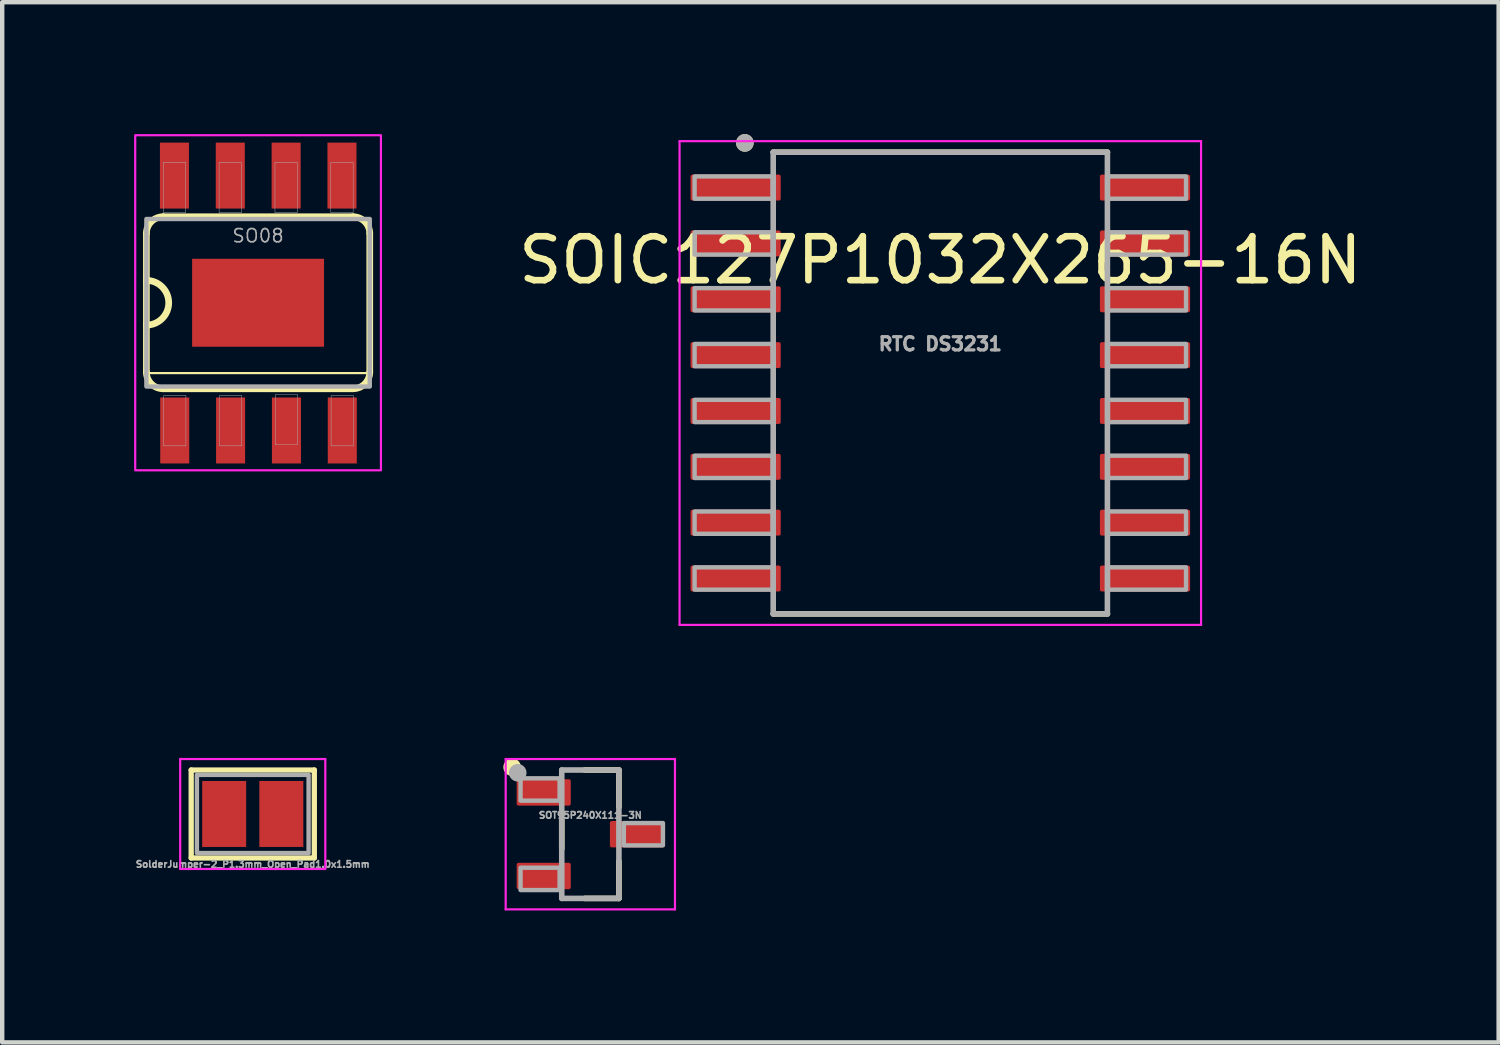
<source format=kicad_pcb>
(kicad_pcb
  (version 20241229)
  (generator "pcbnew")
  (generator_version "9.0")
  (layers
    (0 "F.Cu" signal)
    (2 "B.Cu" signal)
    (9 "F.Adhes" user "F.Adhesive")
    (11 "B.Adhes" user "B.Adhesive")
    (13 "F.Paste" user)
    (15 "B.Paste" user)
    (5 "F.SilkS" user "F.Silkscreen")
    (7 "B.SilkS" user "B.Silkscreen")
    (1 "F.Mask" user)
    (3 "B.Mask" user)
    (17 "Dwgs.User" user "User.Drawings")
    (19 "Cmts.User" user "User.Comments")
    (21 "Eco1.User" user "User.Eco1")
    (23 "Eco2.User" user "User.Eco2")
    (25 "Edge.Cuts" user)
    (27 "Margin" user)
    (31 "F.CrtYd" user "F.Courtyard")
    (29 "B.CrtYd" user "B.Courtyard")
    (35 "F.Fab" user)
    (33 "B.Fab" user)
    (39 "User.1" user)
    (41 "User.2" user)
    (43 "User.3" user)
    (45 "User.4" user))
  (footprint "SolderJumper-2_P1.3mm_Open_Pad1.0x1.5mm"
    (layer "F.Cu")
    (at 2.698 15.461)
    (property "Reference" "SolderJumper-2_P1.3mm_Open_Pad1.0x1.5mm" (at 0 1.143 0) (layer "F.Fab") (effects (font (size 0.15 0.15) (thickness 0.037))))
    (attr exclude_from_pos_files exclude_from_bom)
    (fp_line (start -1.4 -1) (end 1.4 -1) (stroke (width 0.12) (type solid)) (layer "F.SilkS"))
    (fp_line (start -1.4 1) (end -1.4 -1) (stroke (width 0.12) (type solid)) (layer "F.SilkS"))
    (fp_line (start 1.4 -1) (end 1.4 1) (stroke (width 0.12) (type solid)) (layer "F.SilkS"))
    (fp_line (start 1.4 1) (end -1.4 1) (stroke (width 0.12) (type solid)) (layer "F.SilkS"))
    (fp_line (start -1.65 -1.25) (end -1.65 1.25) (stroke (width 0.05) (type solid)) (layer "F.CrtYd"))
    (fp_line (start -1.65 -1.25) (end 1.65 -1.25) (stroke (width 0.05) (type solid)) (layer "F.CrtYd"))
    (fp_line (start 1.65 1.25) (end -1.65 1.25) (stroke (width 0.05) (type solid)) (layer "F.CrtYd"))
    (fp_line (start 1.65 1.25) (end 1.65 -1.25) (stroke (width 0.05) (type solid)) (layer "F.CrtYd"))
    (fp_rect (start -1.27 -0.889) (end 1.27 0.889) (stroke (width 0.1) (type default)) (fill no) (layer "F.Fab"))
    (pad "1" smd rect (at -0.65 0) (size 1 1.5) (layers "F.Cu" "F.Mask"))
    (pad "2" smd rect (at 0.65 0) (size 1 1.5) (layers "F.Cu" "F.Mask")))
  (footprint "SOIC127P1032X265-16N"
    (layer "F.Cu")
    (at 18.334 5.661)
    (property "Reference" "SOIC127P1032X265-16N" (at 0 -2.794 0) (layer "F.SilkS") (effects (font (size 1 1) (thickness 0.15))))
    (attr smd)
    (fp_line (start -3.8 -5.25) (end 3.8 -5.25) (stroke (width 0.127) (type solid)) (layer "F.SilkS"))
    (fp_line (start -3.8 5.25) (end 3.8 5.25) (stroke (width 0.127) (type solid)) (layer "F.SilkS"))
    (fp_circle (center -4.445 -5.461) (end -4.345 -5.461) (stroke (width 0.2) (type solid)) (fill no) (layer "F.SilkS"))
    (fp_line (start -5.93 -5.5) (end -5.93 5.5) (stroke (width 0.05) (type solid)) (layer "F.CrtYd"))
    (fp_line (start -5.93 -5.5) (end 5.93 -5.5) (stroke (width 0.05) (type solid)) (layer "F.CrtYd"))
    (fp_line (start -5.93 5.5) (end 5.93 5.5) (stroke (width 0.05) (type solid)) (layer "F.CrtYd"))
    (fp_line (start 5.93 -5.5) (end 5.93 5.5) (stroke (width 0.05) (type solid)) (layer "F.CrtYd"))
    (fp_line (start -3.8 -5.25) (end -3.8 5.25) (stroke (width 0.127) (type solid)) (layer "F.Fab"))
    (fp_line (start -3.8 -5.25) (end 3.8 -5.25) (stroke (width 0.127) (type solid)) (layer "F.Fab"))
    (fp_line (start -3.8 5.25) (end 3.8 5.25) (stroke (width 0.127) (type solid)) (layer "F.Fab"))
    (fp_line (start 3.8 -5.25) (end 3.8 5.25) (stroke (width 0.127) (type solid)) (layer "F.Fab"))
    (fp_rect (start -5.588 -4.699) (end -3.81 -4.191) (stroke (width 0.1) (type default)) (fill no) (layer "F.Fab"))
    (fp_rect (start -5.588 -3.429) (end -3.81 -2.921) (stroke (width 0.1) (type default)) (fill no) (layer "F.Fab"))
    (fp_rect (start -5.588 -2.159) (end -3.81 -1.651) (stroke (width 0.1) (type default)) (fill no) (layer "F.Fab"))
    (fp_rect (start -5.588 -0.889) (end -3.81 -0.381) (stroke (width 0.1) (type default)) (fill no) (layer "F.Fab"))
    (fp_rect (start -5.588 0.381) (end -3.81 0.889) (stroke (width 0.1) (type default)) (fill no) (layer "F.Fab"))
    (fp_rect (start -5.588 1.651) (end -3.81 2.159) (stroke (width 0.1) (type default)) (fill no) (layer "F.Fab"))
    (fp_rect (start -5.588 2.921) (end -3.81 3.429) (stroke (width 0.1) (type default)) (fill no) (layer "F.Fab"))
    (fp_rect (start -5.588 4.191) (end -3.81 4.699) (stroke (width 0.1) (type default)) (fill no) (layer "F.Fab"))
    (fp_rect (start 3.81 -4.699) (end 5.588 -4.191) (stroke (width 0.1) (type default)) (fill no) (layer "F.Fab"))
    (fp_rect (start 3.81 -3.429) (end 5.588 -2.921) (stroke (width 0.1) (type default)) (fill no) (layer "F.Fab"))
    (fp_rect (start 3.81 -2.159) (end 5.588 -1.651) (stroke (width 0.1) (type default)) (fill no) (layer "F.Fab"))
    (fp_rect (start 3.81 -0.889) (end 5.588 -0.381) (stroke (width 0.1) (type default)) (fill no) (layer "F.Fab"))
    (fp_rect (start 3.81 0.381) (end 5.588 0.889) (stroke (width 0.1) (type default)) (fill no) (layer "F.Fab"))
    (fp_rect (start 3.81 1.651) (end 5.588 2.159) (stroke (width 0.1) (type default)) (fill no) (layer "F.Fab"))
    (fp_rect (start 3.81 2.921) (end 5.588 3.429) (stroke (width 0.1) (type default)) (fill no) (layer "F.Fab"))
    (fp_rect (start 3.81 4.191) (end 5.588 4.699) (stroke (width 0.1) (type default)) (fill no) (layer "F.Fab"))
    (fp_circle (center -4.445 -5.461) (end -4.345 -5.461) (stroke (width 0.2) (type solid)) (fill no) (layer "F.Fab"))
    (fp_text user "RTC DS3231" (at 0 -0.889 0) (layer "F.Fab") (effects (font (size 0.3 0.3) (thickness 0.075))))
    (pad "1" smd roundrect (at -4.655 -4.445) (size 2.05 0.59) (layers "F.Cu" "F.Mask" "F.Paste") (roundrect_rratio 0.07))
    (pad "2" smd roundrect (at -4.655 -3.175) (size 2.05 0.59) (layers "F.Cu" "F.Mask" "F.Paste") (roundrect_rratio 0.07))
    (pad "3" smd roundrect (at -4.655 -1.905) (size 2.05 0.59) (layers "F.Cu" "F.Mask" "F.Paste") (roundrect_rratio 0.07))
    (pad "4" smd roundrect (at -4.655 -0.635) (size 2.05 0.59) (layers "F.Cu" "F.Mask" "F.Paste") (roundrect_rratio 0.07))
    (pad "5" smd roundrect (at -4.655 0.635) (size 2.05 0.59) (layers "F.Cu" "F.Mask" "F.Paste") (roundrect_rratio 0.07))
    (pad "6" smd roundrect (at -4.655 1.905) (size 2.05 0.59) (layers "F.Cu" "F.Mask" "F.Paste") (roundrect_rratio 0.07))
    (pad "7" smd roundrect (at -4.655 3.175) (size 2.05 0.59) (layers "F.Cu" "F.Mask" "F.Paste") (roundrect_rratio 0.07))
    (pad "8" smd roundrect (at -4.655 4.445) (size 2.05 0.59) (layers "F.Cu" "F.Mask" "F.Paste") (roundrect_rratio 0.07))
    (pad "9" smd roundrect (at 4.655 4.445) (size 2.05 0.59) (layers "F.Cu" "F.Mask" "F.Paste") (roundrect_rratio 0.07))
    (pad "10" smd roundrect (at 4.655 3.175) (size 2.05 0.59) (layers "F.Cu" "F.Mask" "F.Paste") (roundrect_rratio 0.07))
    (pad "11" smd roundrect (at 4.655 1.905) (size 2.05 0.59) (layers "F.Cu" "F.Mask" "F.Paste") (roundrect_rratio 0.07))
    (pad "12" smd roundrect (at 4.655 0.635) (size 2.05 0.59) (layers "F.Cu" "F.Mask" "F.Paste") (roundrect_rratio 0.07))
    (pad "13" smd roundrect (at 4.655 -0.635) (size 2.05 0.59) (layers "F.Cu" "F.Mask" "F.Paste") (roundrect_rratio 0.07))
    (pad "14" smd roundrect (at 4.655 -1.905) (size 2.05 0.59) (layers "F.Cu" "F.Mask" "F.Paste") (roundrect_rratio 0.07))
    (pad "15" smd roundrect (at 4.655 -3.175) (size 2.05 0.59) (layers "F.Cu" "F.Mask" "F.Paste") (roundrect_rratio 0.07))
    (pad "16" smd roundrect (at 4.655 -4.445) (size 2.05 0.59) (layers "F.Cu" "F.Mask" "F.Paste") (roundrect_rratio 0.07)))
  (footprint "SO08"
    (layer "F.Cu")
    (at 2.819 3.835)
    (property "Reference" "SO08" (at 0 -1.524 180) (layer "F.Fab") (effects (font (size 0.3 0.3) (thickness 0.037))))
    (attr smd)
    (fp_line (start -2.54 -1.575) (end -2.54 -0.508) (stroke (width 0.152) (type solid)) (layer "F.SilkS"))
    (fp_line (start -2.54 -0.508) (end -2.54 0.508) (stroke (width 0.152) (type solid)) (layer "F.SilkS"))
    (fp_line (start -2.54 0.508) (end -2.54 1.575) (stroke (width 0.152) (type solid)) (layer "F.SilkS"))
    (fp_line (start -2.54 1.6) (end 2.54 1.6) (stroke (width 0.051) (type solid)) (layer "F.SilkS"))
    (fp_line (start -2.159 1.956) (end 2.159 1.956) (stroke (width 0.152) (type solid)) (layer "F.SilkS"))
    (fp_line (start 2.159 -1.956) (end -2.159 -1.956) (stroke (width 0.152) (type solid)) (layer "F.SilkS"))
    (fp_line (start 2.54 1.575) (end 2.54 -1.575) (stroke (width 0.152) (type solid)) (layer "F.SilkS"))
    (fp_arc (start -2.54 -1.5748) (mid -2.428408 -1.844208) (end -2.159 -1.9558) (stroke (width 0.1524) (type solid)) (layer "F.SilkS"))
    (fp_arc (start -2.54 -0.508) (mid -2.032 0) (end -2.54 0.508) (stroke (width 0.1524) (type solid)) (layer "F.SilkS"))
    (fp_arc (start -2.159 1.9558) (mid -2.428408 1.844208) (end -2.54 1.5748) (stroke (width 0.1524) (type solid)) (layer "F.SilkS"))
    (fp_arc (start 2.159 -1.9558) (mid 2.428408 -1.844208) (end 2.54 -1.5748) (stroke (width 0.1524) (type solid)) (layer "F.SilkS"))
    (fp_arc (start 2.54 1.5748) (mid 2.428408 1.844208) (end 2.159 1.9558) (stroke (width 0.1524) (type solid)) (layer "F.SilkS"))
    (fp_rect (start -2.794 -3.81) (end 2.794 3.81) (stroke (width 0.05) (type default)) (fill no) (layer "F.CrtYd"))
    (fp_rect (start -2.54 -1.905) (end 2.54 1.905) (stroke (width 0.1) (type default)) (fill no) (layer "F.Fab"))
    (fp_poly (pts (xy -2.156 -3.191) (xy -1.648 -3.191) (xy -1.648 -2.048) (xy -2.156 -2.048)) (stroke (width 0.01) (type solid)) (fill no) (layer "F.Fab"))
    (fp_poly (pts (xy -2.149 2.111) (xy -1.641 2.111) (xy -1.641 3.254) (xy -2.149 3.254)) (stroke (width 0.01) (type solid)) (fill no) (layer "F.Fab"))
    (fp_poly (pts (xy -0.886 -3.191) (xy -0.378 -3.191) (xy -0.378 -2.048) (xy -0.886 -2.048)) (stroke (width 0.01) (type solid)) (fill no) (layer "F.Fab"))
    (fp_poly (pts (xy -0.879 2.111) (xy -0.371 2.111) (xy -0.371 3.254) (xy -0.879 3.254)) (stroke (width 0.01) (type solid)) (fill no) (layer "F.Fab"))
    (fp_poly (pts (xy 0.384 -3.191) (xy 0.892 -3.191) (xy 0.892 -2.048) (xy 0.384 -2.048)) (stroke (width 0.01) (type solid)) (fill no) (layer "F.Fab"))
    (fp_poly (pts (xy 0.391 2.086) (xy 0.899 2.086) (xy 0.899 3.229) (xy 0.391 3.229)) (stroke (width 0.01) (type solid)) (fill no) (layer "F.Fab"))
    (fp_poly (pts (xy 1.654 -3.191) (xy 2.162 -3.191) (xy 2.162 -2.048) (xy 1.654 -2.048)) (stroke (width 0.01) (type solid)) (fill no) (layer "F.Fab"))
    (fp_poly (pts (xy 1.661 2.111) (xy 2.169 2.111) (xy 2.169 3.254) (xy 1.661 3.254)) (stroke (width 0.01) (type solid)) (fill no) (layer "F.Fab"))
    (pad "1" smd rect (at -1.895 2.905) (size 0.66 1.5) (layers "F.Cu" "F.Mask" "F.Paste"))
    (pad "2" smd rect (at -0.625 2.905) (size 0.66 1.5) (layers "F.Cu" "F.Mask" "F.Paste"))
    (pad "3" smd rect (at 0.645 2.905) (size 0.66 1.5) (layers "F.Cu" "F.Mask" "F.Paste"))
    (pad "4" smd rect (at 1.915 2.905) (size 0.66 1.5) (layers "F.Cu" "F.Mask" "F.Paste"))
    (pad "5" smd rect (at 1.908 -2.892) (size 0.66 1.5) (layers "F.Cu" "F.Mask" "F.Paste"))
    (pad "6" smd rect (at 0.638 -2.892) (size 0.66 1.5) (layers "F.Cu" "F.Mask" "F.Paste"))
    (pad "7" smd rect (at -0.632 -2.892) (size 0.66 1.5) (layers "F.Cu" "F.Mask" "F.Paste"))
    (pad "8" smd rect (at -1.902 -2.892) (size 0.66 1.5) (layers "F.Cu" "F.Mask" "F.Paste"))
    (pad "9" smd rect (at 0 0) (size 3 2) (layers "F.Cu" "F.Mask" "F.Paste")))
  (footprint "SOT95P240X111-3N"
    (layer "F.Cu")
    (at 10.375 15.921)
    (property "Reference" "SOT95P240X111-3N" (at 0 -0.432 0) (layer "F.Fab") (effects (font (size 0.15 0.15) (thickness 0.037))))
    (attr smd)
    (fp_line (start -0.65 -0.33) (end -0.65 0.33) (stroke (width 0.127) (type solid)) (layer "F.SilkS"))
    (fp_line (start 0.65 -1.46) (end -0.125 -1.46) (stroke (width 0.127) (type solid)) (layer "F.SilkS"))
    (fp_line (start 0.65 -0.62) (end 0.65 -1.46) (stroke (width 0.127) (type solid)) (layer "F.SilkS"))
    (fp_line (start 0.65 0.62) (end 0.65 1.46) (stroke (width 0.127) (type solid)) (layer "F.SilkS"))
    (fp_line (start 0.65 1.46) (end -0.125 1.46) (stroke (width 0.127) (type solid)) (layer "F.SilkS"))
    (fp_circle (center -1.778 -1.524) (end -1.678 -1.524) (stroke (width 0.2) (type solid)) (fill no) (layer "F.SilkS"))
    (fp_line (start -1.925 -1.71) (end 1.925 -1.71) (stroke (width 0.05) (type solid)) (layer "F.CrtYd"))
    (fp_line (start -1.925 1.71) (end -1.925 -1.71) (stroke (width 0.05) (type solid)) (layer "F.CrtYd"))
    (fp_line (start 1.925 -1.71) (end 1.925 1.71) (stroke (width 0.05) (type solid)) (layer "F.CrtYd"))
    (fp_line (start 1.925 1.71) (end -1.925 1.71) (stroke (width 0.05) (type solid)) (layer "F.CrtYd"))
    (fp_line (start -0.65 -1.46) (end -0.65 1.46) (stroke (width 0.127) (type solid)) (layer "F.Fab"))
    (fp_line (start -0.65 1.46) (end 0.65 1.46) (stroke (width 0.127) (type solid)) (layer "F.Fab"))
    (fp_line (start 0.65 -1.46) (end -0.65 -1.46) (stroke (width 0.127) (type solid)) (layer "F.Fab"))
    (fp_line (start 0.65 1.46) (end 0.65 -1.46) (stroke (width 0.127) (type solid)) (layer "F.Fab"))
    (fp_rect (start -1.587 -1.27) (end -0.699 -0.762) (stroke (width 0.1) (type default)) (fill no) (layer "F.Fab"))
    (fp_rect (start -1.587 0.762) (end -0.699 1.27) (stroke (width 0.1) (type default)) (fill no) (layer "F.Fab"))
    (fp_rect (start 0.762 -0.254) (end 1.651 0.254) (stroke (width 0.1) (type default)) (fill no) (layer "F.Fab"))
    (fp_circle (center -1.651 -1.397) (end -1.551 -1.397) (stroke (width 0.2) (type solid)) (fill no) (layer "F.Fab"))
    (pad "1" smd roundrect (at -1.06 -0.95) (size 1.23 0.6) (layers "F.Cu" "F.Mask" "F.Paste") (roundrect_rratio 0.07))
    (pad "2" smd roundrect (at -1.06 0.95) (size 1.23 0.6) (layers "F.Cu" "F.Mask" "F.Paste") (roundrect_rratio 0.07))
    (pad "3" smd roundrect (at 1.06 0) (size 1.23 0.6) (layers "F.Cu" "F.Mask" "F.Paste") (roundrect_rratio 0.07)))
  (gr_rect
    (start -3 -3)
    (end 31.031 20.656)
    (stroke (width 0.1) (type default))
    (fill no)
    (layer "Edge.Cuts")))
</source>
